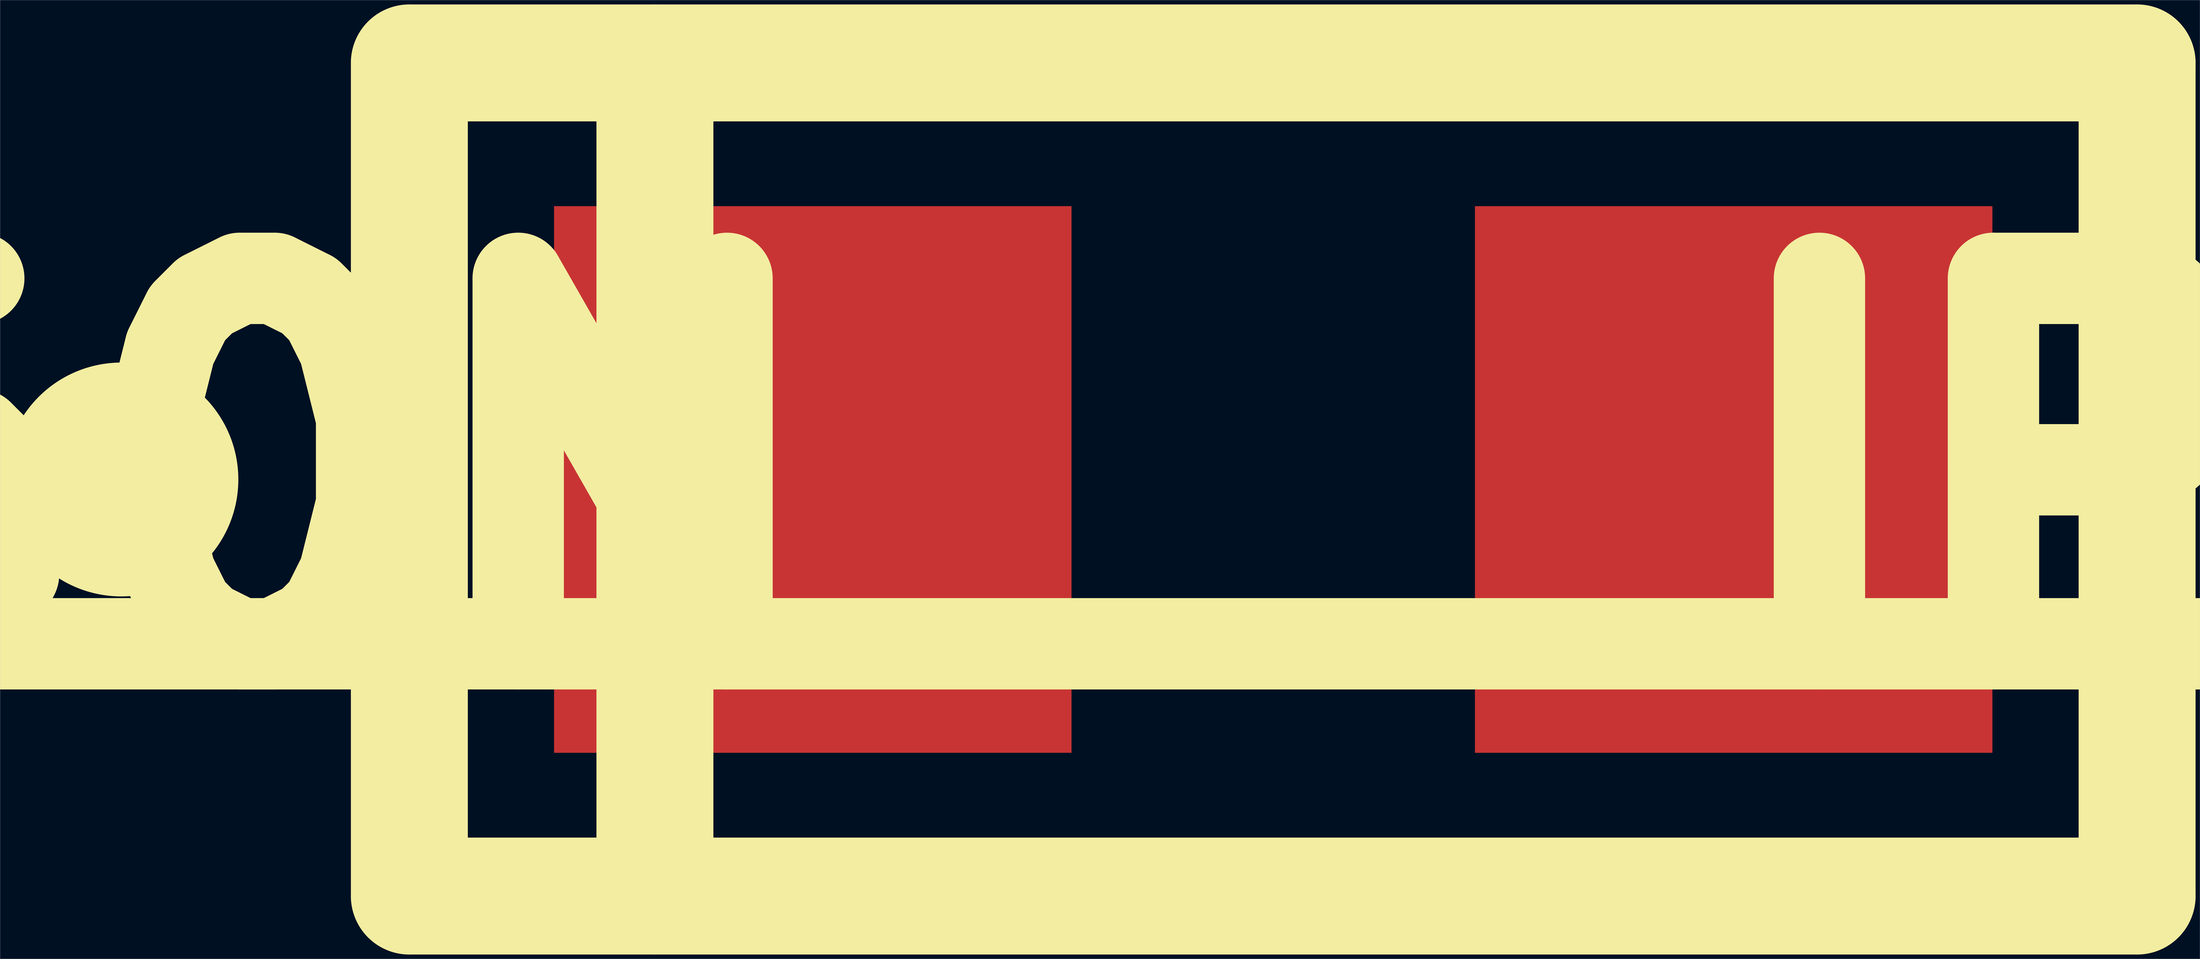
<source format=kicad_pcb>
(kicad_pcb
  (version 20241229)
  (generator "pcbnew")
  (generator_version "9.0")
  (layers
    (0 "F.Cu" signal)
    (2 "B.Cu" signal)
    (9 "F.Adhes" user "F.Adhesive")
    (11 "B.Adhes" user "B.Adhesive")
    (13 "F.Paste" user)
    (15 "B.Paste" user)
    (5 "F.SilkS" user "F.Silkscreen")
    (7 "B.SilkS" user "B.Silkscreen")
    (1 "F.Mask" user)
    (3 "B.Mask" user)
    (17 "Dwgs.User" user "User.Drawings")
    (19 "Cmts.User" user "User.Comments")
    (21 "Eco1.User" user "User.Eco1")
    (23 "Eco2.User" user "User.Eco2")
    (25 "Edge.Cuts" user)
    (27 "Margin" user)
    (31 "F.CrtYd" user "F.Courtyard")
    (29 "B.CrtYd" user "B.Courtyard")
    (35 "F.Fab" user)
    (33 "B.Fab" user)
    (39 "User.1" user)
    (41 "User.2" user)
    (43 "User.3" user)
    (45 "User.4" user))
  (footprint "IPC_LEDC1608X60N"
    (layer "F.Cu")
    (at 868 325)
    (property "Reference" "IPC_LEDC1608X60N" (at 0 0 0) (layer "F.SilkS") (effects (font (size 250 250) (thickness 120))))
    (attr through_hole)
    (fp_line (start -591 -285) (end 591 -285) (stroke (width 80) (type solid)) (layer "F.SilkS"))
    (fp_line (start -591 285) (end -591 -285) (stroke (width 80) (type solid)) (layer "F.SilkS"))
    (fp_line (start -423 -285) (end -423 285) (stroke (width 80) (type solid)) (layer "F.SilkS"))
    (fp_line (start 591 -285) (end 591 285) (stroke (width 80) (type solid)) (layer "F.SilkS"))
    (fp_line (start 591 285) (end -591 285) (stroke (width 80) (type solid)) (layer "F.SilkS"))
    (fp_circle (center -788 0) (end -748 0) (stroke (width 80) (type solid)) (fill no) (layer "F.SilkS"))
    (pad "1" smd rect (at 315 0) (size 354 374) (layers "F.Cu" "F.Mask" "F.Paste"))
    (pad "2" smd rect (at -315 0) (size 354 374) (layers "F.Cu" "F.Mask" "F.Paste")))
  (gr_rect
    (start -3 -3)
    (end 1502 653)
    (stroke (width 0.1) (type default))
    (fill no)
    (layer "Edge.Cuts")))
</source>
